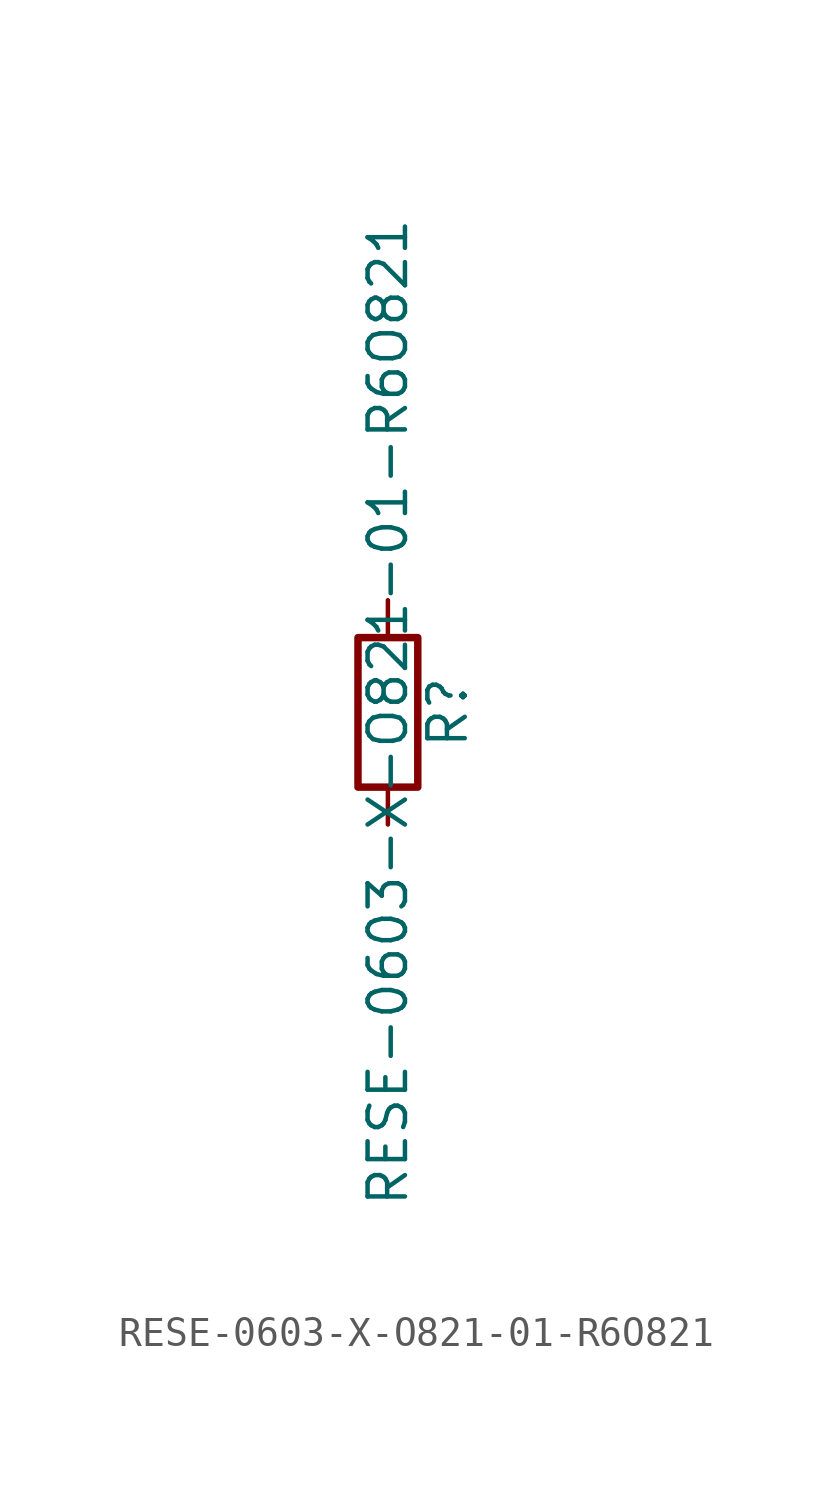
<source format=kicad_sym>
(kicad_symbol_lib
  (version 20211014)
  (generator kicad_symbol_editor)
  (symbol "RESE-0603-X-O821-01-R6O821"
    (pin_numbers hide)
    (pin_names
      (offset 0))
    (property "Reference" "R"
      (at 2.032 0 90)
      (effects (font (size 1.27 1.27))))
    (property "Value" "RESE-0603-X-O821-01-R6O821"
      (at 0 0 90)
      (effects (font (size 1.27 1.27))))
    (symbol "RESE-0603-X-O821-01-R6O821_0_1"
      (rectangle (start -1.016 -2.54) (end 1.016 2.54) (stroke (width 0.254) (type default) (color 0 0 0 0)) (fill (type none))))
    (symbol "RESE-0603-X-O821-01-R6O821_1_1"
      (pin passive line (at 0 3.81 270) (length 1.27) (name "~" (effects (font (size 1.27 1.27)))) (number "1" (effects (font (size 1.27 1.27)))))
      (pin passive line (at 0 -3.81 90) (length 1.27) (name "~" (effects (font (size 1.27 1.27)))) (number "2" (effects (font (size 1.27 1.27))))))))
</source>
